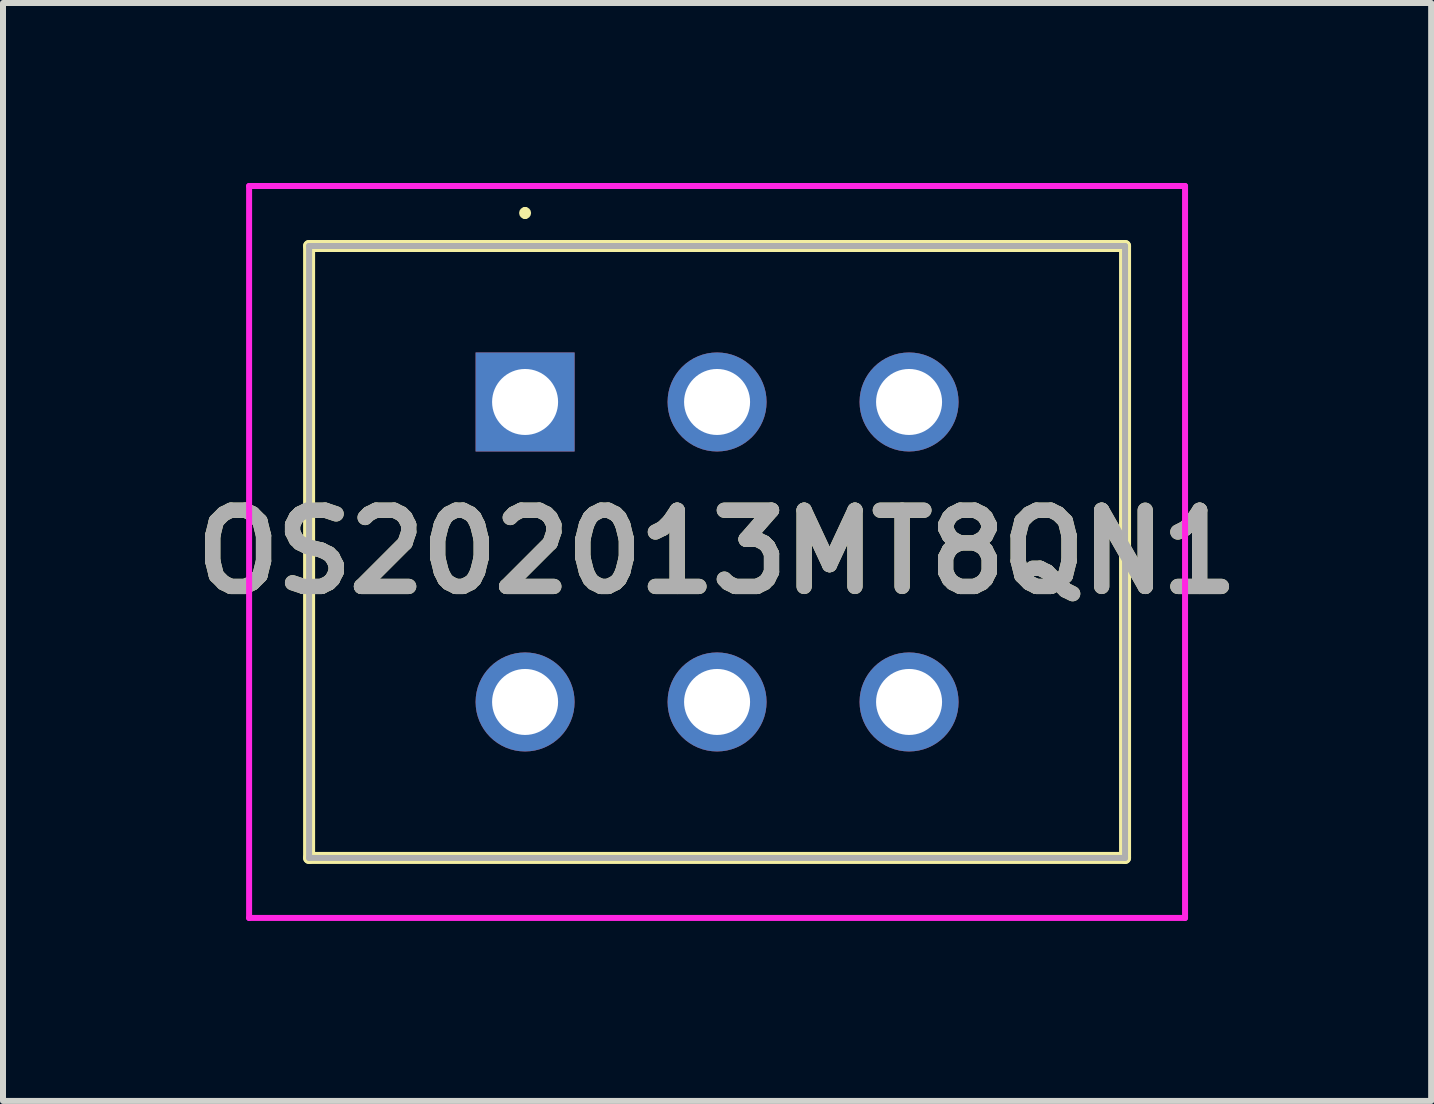
<source format=kicad_pcb>
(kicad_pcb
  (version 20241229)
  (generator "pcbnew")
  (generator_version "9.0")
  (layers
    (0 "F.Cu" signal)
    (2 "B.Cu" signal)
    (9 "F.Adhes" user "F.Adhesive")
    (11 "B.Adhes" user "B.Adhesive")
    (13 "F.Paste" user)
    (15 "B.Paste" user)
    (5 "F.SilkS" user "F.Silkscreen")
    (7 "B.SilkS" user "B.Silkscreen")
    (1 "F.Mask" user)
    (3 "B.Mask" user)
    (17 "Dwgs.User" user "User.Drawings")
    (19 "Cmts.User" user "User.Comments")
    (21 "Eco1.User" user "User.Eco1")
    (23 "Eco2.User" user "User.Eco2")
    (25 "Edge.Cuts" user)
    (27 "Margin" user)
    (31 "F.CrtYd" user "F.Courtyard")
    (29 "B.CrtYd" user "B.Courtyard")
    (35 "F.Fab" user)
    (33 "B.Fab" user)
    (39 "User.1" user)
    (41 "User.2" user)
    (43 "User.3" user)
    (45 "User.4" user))
  (footprint "OS202013MT8QN1"
    (layer "F.Cu")
    (at 5.702 3.65)
    (property "Reference" "OS202013MT8QN1" (at 3.2 2.5 0) (layer "F.SilkS") (effects (font (size 1.27 1.27) (thickness 0.254))))
    (attr through_hole)
    (fp_line (start -3.6 -2.6) (end 10 -2.6) (stroke (width 0.2) (type solid)) (layer "F.SilkS"))
    (fp_line (start -3.6 7.6) (end -3.6 -2.6) (stroke (width 0.2) (type solid)) (layer "F.SilkS"))
    (fp_line (start 0 -3.2) (end 0 -3.2) (stroke (width 0.1) (type solid)) (layer "F.SilkS"))
    (fp_line (start 0 -3.1) (end 0 -3.1) (stroke (width 0.1) (type solid)) (layer "F.SilkS"))
    (fp_line (start 10 -2.6) (end 10 7.6) (stroke (width 0.2) (type solid)) (layer "F.SilkS"))
    (fp_line (start 10 7.6) (end -3.6 7.6) (stroke (width 0.2) (type solid)) (layer "F.SilkS"))
    (fp_arc (start 0 -3.2) (mid 0.05 -3.15) (end 0 -3.1) (stroke (width 0.1) (type solid)) (layer "F.SilkS"))
    (fp_arc (start 0 -3.1) (mid -0.05 -3.15) (end 0 -3.2) (stroke (width 0.1) (type solid)) (layer "F.SilkS"))
    (fp_line (start -4.6 -3.6) (end 11 -3.6) (stroke (width 0.1) (type solid)) (layer "F.CrtYd"))
    (fp_line (start -4.6 8.6) (end -4.6 -3.6) (stroke (width 0.1) (type solid)) (layer "F.CrtYd"))
    (fp_line (start 11 -3.6) (end 11 8.6) (stroke (width 0.1) (type solid)) (layer "F.CrtYd"))
    (fp_line (start 11 8.6) (end -4.6 8.6) (stroke (width 0.1) (type solid)) (layer "F.CrtYd"))
    (fp_line (start -3.6 -2.6) (end 10 -2.6) (stroke (width 0.1) (type solid)) (layer "F.Fab"))
    (fp_line (start -3.6 7.6) (end -3.6 -2.6) (stroke (width 0.1) (type solid)) (layer "F.Fab"))
    (fp_line (start 10 -2.6) (end 10 7.6) (stroke (width 0.1) (type solid)) (layer "F.Fab"))
    (fp_line (start 10 7.6) (end -3.6 7.6) (stroke (width 0.1) (type solid)) (layer "F.Fab"))
    (fp_text user "${REFERENCE}" (at 3.2 2.5 0) (layer "F.Fab") (effects (font (size 1.27 1.27) (thickness 0.254))))
    (pad "1" thru_hole rect (at 0 0) (size 1.65 1.65) (drill 1.1) (layers "*.Cu" "*.Mask"))
    (pad "2" thru_hole circle (at 3.2 0) (size 1.65 1.65) (drill 1.1) (layers "*.Cu" "*.Mask"))
    (pad "3" thru_hole circle (at 6.4 0) (size 1.65 1.65) (drill 1.1) (layers "*.Cu" "*.Mask"))
    (pad "4" thru_hole circle (at 0 5) (size 1.65 1.65) (drill 1.1) (layers "*.Cu" "*.Mask"))
    (pad "5" thru_hole circle (at 3.2 5) (size 1.65 1.65) (drill 1.1) (layers "*.Cu" "*.Mask"))
    (pad "6" thru_hole circle (at 6.4 5) (size 1.65 1.65) (drill 1.1) (layers "*.Cu" "*.Mask")))
  (gr_rect
    (start -3 -3)
    (end 20.804 15.3)
    (stroke (width 0.1) (type default))
    (fill no)
    (layer "Edge.Cuts")))
</source>
